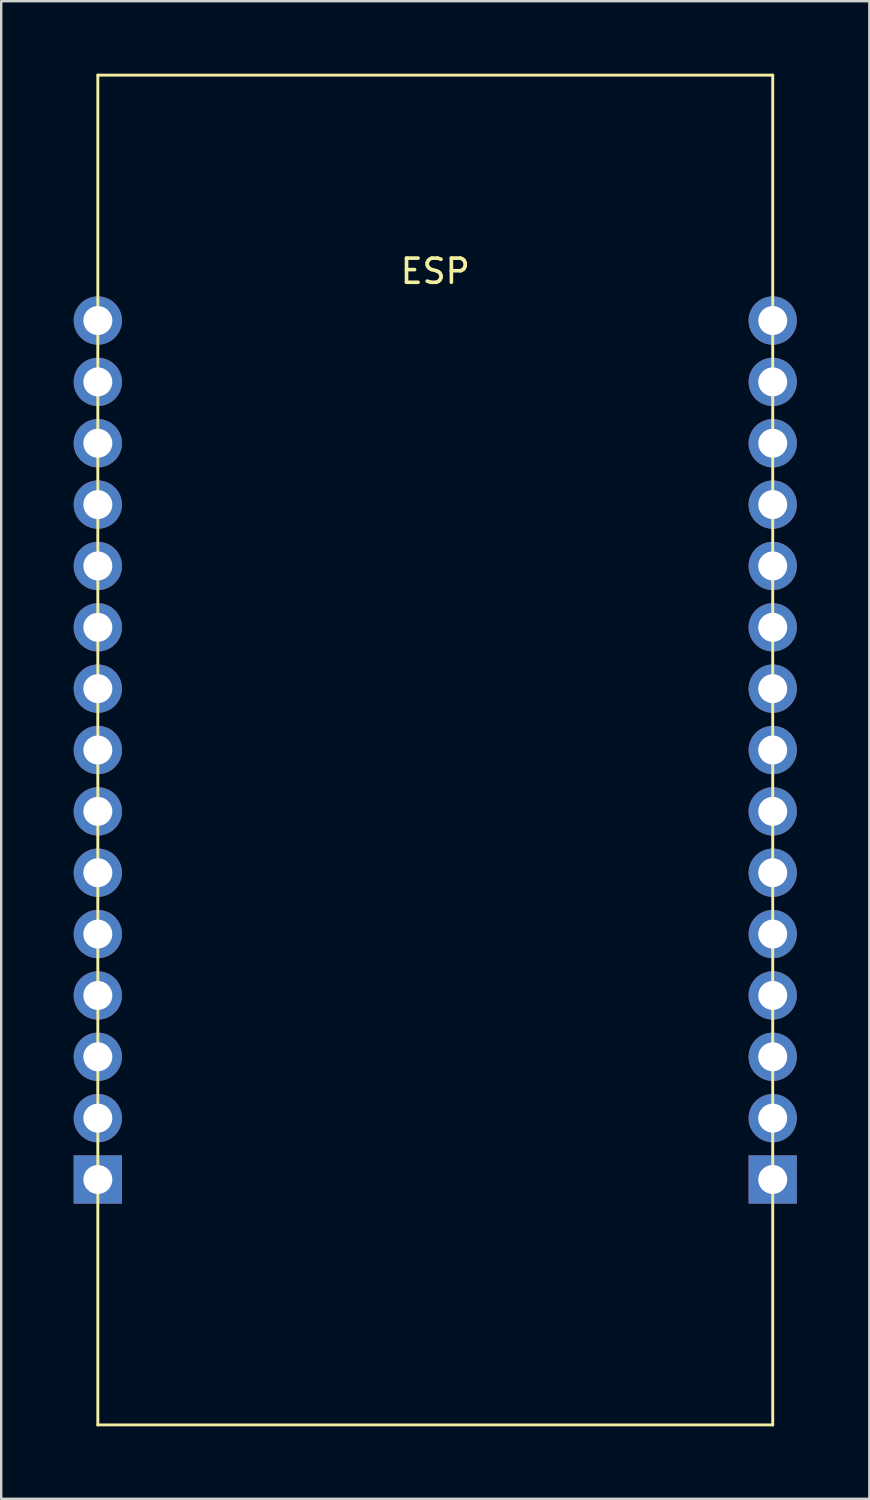
<source format=kicad_pcb>
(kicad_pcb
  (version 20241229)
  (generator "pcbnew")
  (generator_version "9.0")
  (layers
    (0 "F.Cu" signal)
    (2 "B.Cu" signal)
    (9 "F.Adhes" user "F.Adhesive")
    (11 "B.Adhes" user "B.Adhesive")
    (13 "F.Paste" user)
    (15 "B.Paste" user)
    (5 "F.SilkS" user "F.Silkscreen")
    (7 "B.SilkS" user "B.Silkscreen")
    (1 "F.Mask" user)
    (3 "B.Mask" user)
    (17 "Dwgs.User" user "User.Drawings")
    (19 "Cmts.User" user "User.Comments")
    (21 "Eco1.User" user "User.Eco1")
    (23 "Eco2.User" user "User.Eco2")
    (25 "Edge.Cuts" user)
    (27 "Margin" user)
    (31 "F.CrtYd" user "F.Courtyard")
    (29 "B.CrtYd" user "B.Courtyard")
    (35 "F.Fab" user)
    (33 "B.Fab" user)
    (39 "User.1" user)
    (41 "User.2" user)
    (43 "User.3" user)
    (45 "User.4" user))
  (footprint "ESP"
    (layer "F.Cu")
    (at 14.97 7.68)
    (property "Reference" "ESP" (at 0 0.5 0) (layer "F.SilkS") (effects (font (size 1 1) (thickness 0.15))))
    (attr through_hole)
    (fp_line (start -13.97 -7.62) (end 13.97 -7.62) (stroke (width 0.12) (type solid)) (layer "F.SilkS"))
    (fp_line (start -13.97 48.26) (end -13.97 -7.62) (stroke (width 0.12) (type solid)) (layer "F.SilkS"))
    (fp_line (start 13.97 -7.62) (end 13.97 48.26) (stroke (width 0.12) (type solid)) (layer "F.SilkS"))
    (fp_line (start 13.97 48.26) (end -13.97 48.26) (stroke (width 0.12) (type solid)) (layer "F.SilkS"))
    (pad "3V" thru_hole circle (at 13.97 15.24) (size 2 2) (drill 1.2) (layers "*.Cu" "*.Mask"))
    (pad "3V1" thru_hole circle (at -13.97 27.94) (size 2 2) (drill 1.2) (layers "*.Cu" "*.Mask"))
    (pad "3V2" thru_hole rect (at 13.97 38.1) (size 2 2) (drill 1.2) (layers "*.Cu" "*.Mask"))
    (pad "A0" thru_hole circle (at -13.97 2.54) (size 2 2) (drill 1.2) (layers "*.Cu" "*.Mask"))
    (pad "D0" thru_hole circle (at 13.97 2.54) (size 2 2) (drill 1.2) (layers "*.Cu" "*.Mask"))
    (pad "D1" thru_hole circle (at 13.97 5.08) (size 2 2) (drill 1.2) (layers "*.Cu" "*.Mask"))
    (pad "D2" thru_hole circle (at 13.97 7.62) (size 2 2) (drill 1.2) (layers "*.Cu" "*.Mask"))
    (pad "D3" thru_hole circle (at 13.97 10.16) (size 2 2) (drill 1.2) (layers "*.Cu" "*.Mask"))
    (pad "D4" thru_hole circle (at 13.97 12.7) (size 2 2) (drill 1.2) (layers "*.Cu" "*.Mask"))
    (pad "D5" thru_hole circle (at 13.97 20.32) (size 2 2) (drill 1.2) (layers "*.Cu" "*.Mask"))
    (pad "D6" thru_hole circle (at 13.97 22.86) (size 2 2) (drill 1.2) (layers "*.Cu" "*.Mask"))
    (pad "D7" thru_hole circle (at 13.97 25.4) (size 2 2) (drill 1.2) (layers "*.Cu" "*.Mask"))
    (pad "D8" thru_hole circle (at 13.97 27.94) (size 2 2) (drill 1.2) (layers "*.Cu" "*.Mask"))
    (pad "EN" thru_hole circle (at -13.97 30.48) (size 2 2) (drill 1.2) (layers "*.Cu" "*.Mask"))
    (pad "G1" thru_hole circle (at -13.97 35.56) (size 2 2) (drill 1.2) (layers "*.Cu" "*.Mask"))
    (pad "G2" thru_hole circle (at -13.97 25.4) (size 2 2) (drill 1.2) (layers "*.Cu" "*.Mask"))
    (pad "G3" thru_hole circle (at -13.97 5.08) (size 2 2) (drill 1.2) (layers "*.Cu" "*.Mask"))
    (pad "G4" thru_hole circle (at 13.97 17.78) (size 2 2) (drill 1.2) (layers "*.Cu" "*.Mask"))
    (pad "G5" thru_hole circle (at 13.97 35.56) (size 2 2) (drill 1.2) (layers "*.Cu" "*.Mask"))
    (pad "RST" thru_hole circle (at -13.97 33.02) (size 2 2) (drill 1.2) (layers "*.Cu" "*.Mask"))
    (pad "RX" thru_hole circle (at 13.97 30.48) (size 2 2) (drill 1.2) (layers "*.Cu" "*.Mask"))
    (pad "S0" thru_hole circle (at -13.97 20.32) (size 2 2) (drill 1.2) (layers "*.Cu" "*.Mask"))
    (pad "S1" thru_hole circle (at -13.97 15.24) (size 2 2) (drill 1.2) (layers "*.Cu" "*.Mask"))
    (pad "S2" thru_hole circle (at -13.97 12.7) (size 2 2) (drill 1.2) (layers "*.Cu" "*.Mask"))
    (pad "S3" thru_hole circle (at -13.97 10.16) (size 2 2) (drill 1.2) (layers "*.Cu" "*.Mask"))
    (pad "SC" thru_hole circle (at -13.97 17.78) (size 2 2) (drill 1.2) (layers "*.Cu" "*.Mask"))
    (pad "SK" thru_hole circle (at -13.97 22.86) (size 2 2) (drill 1.2) (layers "*.Cu" "*.Mask"))
    (pad "TX" thru_hole circle (at 13.97 33.02) (size 2 2) (drill 1.2) (layers "*.Cu" "*.Mask"))
    (pad "VIN" thru_hole rect (at -13.97 38.1) (size 2 2) (drill 1.2) (layers "*.Cu" "*.Mask"))
    (pad "VV" thru_hole circle (at -13.97 7.62) (size 2 2) (drill 1.2) (layers "*.Cu" "*.Mask")))
  (gr_rect
    (start -3 -3)
    (end 32.94 59)
    (stroke (width 0.1) (type default))
    (fill no)
    (layer "Edge.Cuts")))
</source>
